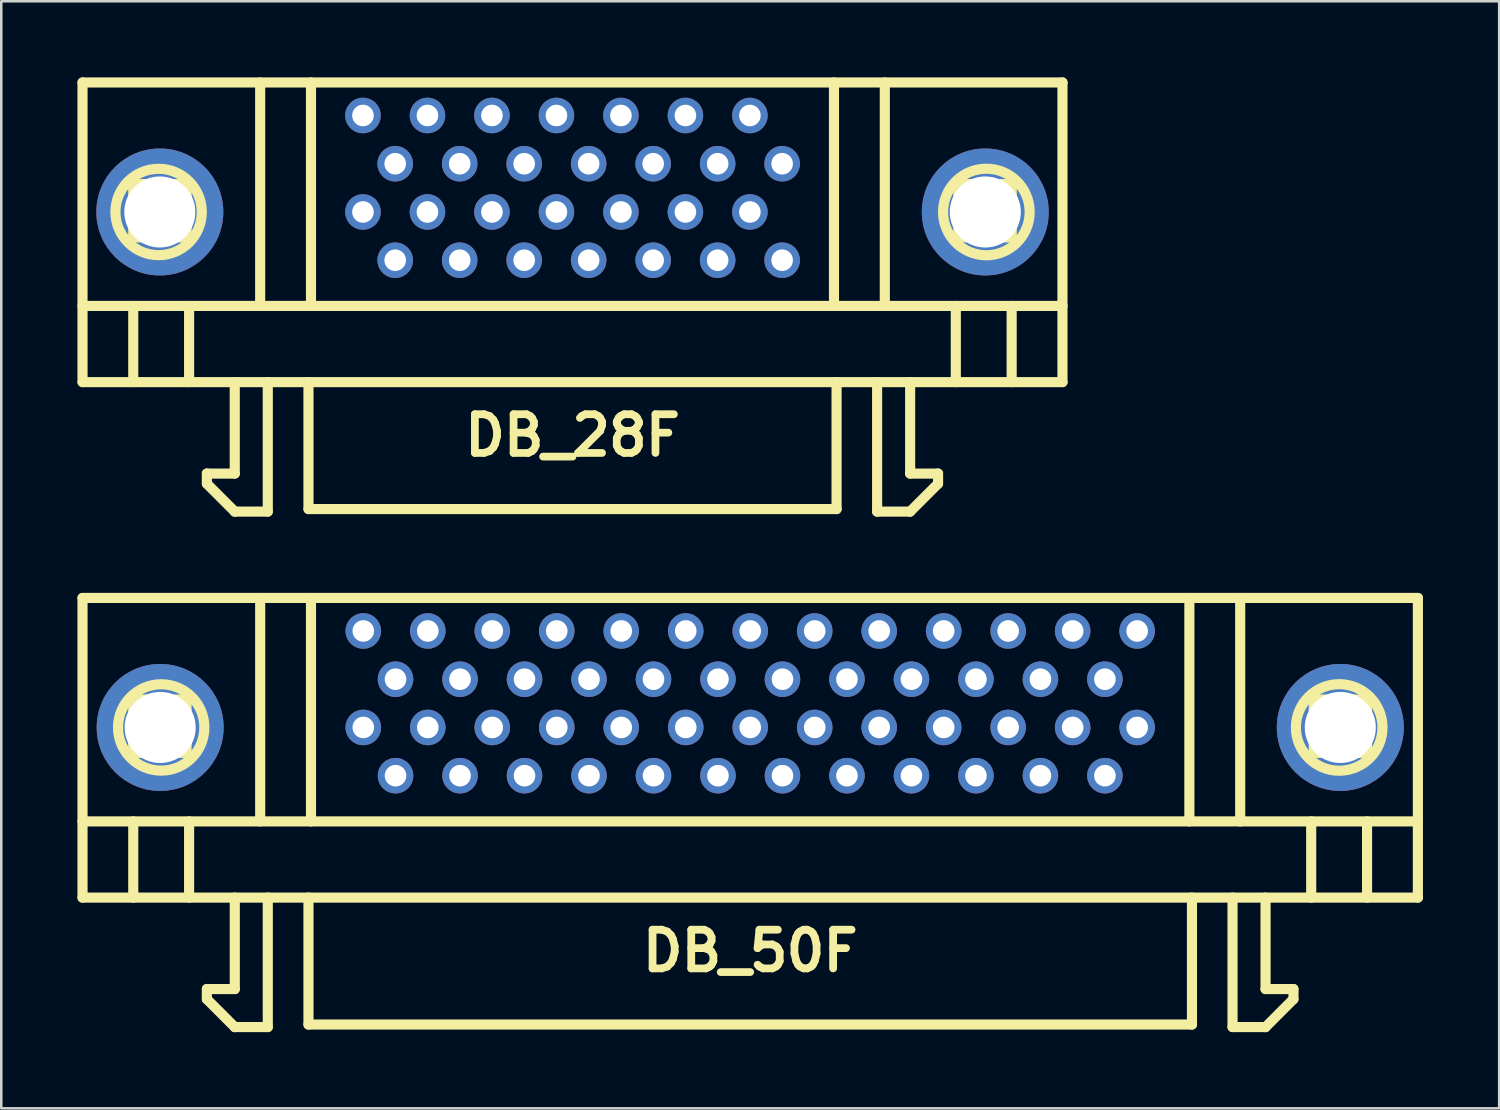
<source format=kicad_pcb>
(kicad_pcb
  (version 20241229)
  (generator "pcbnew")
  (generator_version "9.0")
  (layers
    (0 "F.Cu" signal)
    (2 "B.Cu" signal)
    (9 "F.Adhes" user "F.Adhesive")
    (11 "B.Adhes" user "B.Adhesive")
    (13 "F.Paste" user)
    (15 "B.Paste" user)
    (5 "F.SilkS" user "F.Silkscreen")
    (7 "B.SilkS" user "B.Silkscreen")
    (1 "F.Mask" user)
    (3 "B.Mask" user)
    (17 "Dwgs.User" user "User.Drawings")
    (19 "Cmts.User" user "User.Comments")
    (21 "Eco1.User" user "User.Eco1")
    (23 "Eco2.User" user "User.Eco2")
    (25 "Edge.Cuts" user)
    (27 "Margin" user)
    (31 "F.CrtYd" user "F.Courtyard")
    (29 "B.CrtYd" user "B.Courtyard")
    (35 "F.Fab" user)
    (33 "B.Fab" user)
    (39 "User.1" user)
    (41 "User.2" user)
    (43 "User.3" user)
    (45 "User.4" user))
  (footprint "DB_28F"
    (layer "F.Cu")
    (at 19.501 10.9)
    (property "Reference" "DB_28F" (at 0 3.2 0) (layer "F.SilkS") (effects (font (size 1.524 1.524) (thickness 0.305))))
    (attr through_hole)
    (fp_line (start -19.301 -10.701) (end -19.301 1.1) (stroke (width 0.399) (type solid)) (layer "F.SilkS"))
    (fp_line (start -19.299 -1.9) (end 19.299 -1.9) (stroke (width 0.399) (type solid)) (layer "F.SilkS"))
    (fp_line (start -19.299 1.1) (end 19.299 1.1) (stroke (width 0.399) (type solid)) (layer "F.SilkS"))
    (fp_line (start -17.302 -6.701) (end -15.202 -6.701) (stroke (width 0.399) (type solid)) (layer "F.SilkS"))
    (fp_line (start -17.302 -4.6) (end -17.302 -6.701) (stroke (width 0.399) (type solid)) (layer "F.SilkS"))
    (fp_line (start -17.302 -1.9) (end -17.302 1.1) (stroke (width 0.399) (type solid)) (layer "F.SilkS"))
    (fp_line (start -15.202 -6.701) (end -15.202 -4.6) (stroke (width 0.399) (type solid)) (layer "F.SilkS"))
    (fp_line (start -15.202 -4.6) (end -17.302 -4.6) (stroke (width 0.399) (type solid)) (layer "F.SilkS"))
    (fp_line (start -15.103 1.1) (end -15.103 -1.9) (stroke (width 0.399) (type solid)) (layer "F.SilkS"))
    (fp_line (start -14.404 4.699) (end -14.404 5.1) (stroke (width 0.399) (type solid)) (layer "F.SilkS"))
    (fp_line (start -14.402 4.704) (end -13.302 4.704) (stroke (width 0.399) (type solid)) (layer "F.SilkS"))
    (fp_line (start -13.305 4.699) (end -13.305 1.1) (stroke (width 0.399) (type solid)) (layer "F.SilkS"))
    (fp_line (start -13.305 6.2) (end -12.004 6.2) (stroke (width 0.399) (type solid)) (layer "F.SilkS"))
    (fp_line (start -13.302 6.203) (end -14.402 5.103) (stroke (width 0.399) (type solid)) (layer "F.SilkS"))
    (fp_line (start -12.304 -1.9) (end -12.304 -10.701) (stroke (width 0.399) (type solid)) (layer "F.SilkS"))
    (fp_line (start -12.004 6.2) (end -12.004 1.1) (stroke (width 0.399) (type solid)) (layer "F.SilkS"))
    (fp_line (start -10.401 6.101) (end -10.401 1.1) (stroke (width 0.399) (type solid)) (layer "F.SilkS"))
    (fp_line (start -10.302 -10.701) (end -10.302 -1.9) (stroke (width 0.399) (type solid)) (layer "F.SilkS"))
    (fp_line (start 10.297 -10.701) (end 10.297 -1.9) (stroke (width 0.399) (type solid)) (layer "F.SilkS"))
    (fp_line (start 10.399 6.101) (end -10.399 6.101) (stroke (width 0.399) (type solid)) (layer "F.SilkS"))
    (fp_line (start 10.399 6.101) (end 10.399 1.1) (stroke (width 0.399) (type solid)) (layer "F.SilkS"))
    (fp_line (start 11.996 6.2) (end 11.996 1.1) (stroke (width 0.399) (type solid)) (layer "F.SilkS"))
    (fp_line (start 12.299 -1.9) (end 12.299 -10.701) (stroke (width 0.399) (type solid)) (layer "F.SilkS"))
    (fp_line (start 13.294 6.203) (end 14.394 5.103) (stroke (width 0.399) (type solid)) (layer "F.SilkS"))
    (fp_line (start 13.297 4.699) (end 13.297 1.1) (stroke (width 0.399) (type solid)) (layer "F.SilkS"))
    (fp_line (start 13.297 6.2) (end 11.996 6.2) (stroke (width 0.399) (type solid)) (layer "F.SilkS"))
    (fp_line (start 14.394 4.704) (end 13.294 4.704) (stroke (width 0.399) (type solid)) (layer "F.SilkS"))
    (fp_line (start 14.397 4.699) (end 14.397 5.1) (stroke (width 0.399) (type solid)) (layer "F.SilkS"))
    (fp_line (start 15.095 -1.9) (end 15.095 1.1) (stroke (width 0.399) (type solid)) (layer "F.SilkS"))
    (fp_line (start 15.197 -6.701) (end 15.197 -4.6) (stroke (width 0.399) (type solid)) (layer "F.SilkS"))
    (fp_line (start 15.197 -4.6) (end 17.297 -4.6) (stroke (width 0.399) (type solid)) (layer "F.SilkS"))
    (fp_line (start 17.295 -1.9) (end 17.295 1.1) (stroke (width 0.399) (type solid)) (layer "F.SilkS"))
    (fp_line (start 17.297 -6.701) (end 15.197 -6.701) (stroke (width 0.399) (type solid)) (layer "F.SilkS"))
    (fp_line (start 17.297 -4.6) (end 17.297 -6.701) (stroke (width 0.399) (type solid)) (layer "F.SilkS"))
    (fp_line (start 19.296 1.1) (end 19.296 -10.701) (stroke (width 0.399) (type solid)) (layer "F.SilkS"))
    (fp_line (start 19.299 -10.701) (end -19.299 -10.701) (stroke (width 0.399) (type solid)) (layer "F.SilkS"))
    (fp_circle (center -16.304 -5.601) (end -17.805 -6.401) (stroke (width 0.399) (type solid)) (fill no) (layer "F.SilkS"))
    (fp_circle (center 16.299 -5.601) (end 18.001 -5.499) (stroke (width 0.399) (type solid)) (fill no) (layer "F.SilkS"))
    (pad "" thru_hole circle (at -16.256 -5.601) (size 5.001 5.001) (drill 2.799) (layers "*.Cu" "*.Mask"))
    (pad "" thru_hole circle (at 16.256 -5.601) (size 5.001 5.001) (drill 2.799) (layers "*.Cu" "*.Mask"))
    (pad "1" thru_hole circle (at 8.255 -7.501) (size 1.4 1.4) (drill 0.851) (layers "*.Cu" "*.Mask"))
    (pad "2" thru_hole circle (at 6.985 -9.401) (size 1.4 1.4) (drill 0.851) (layers "*.Cu" "*.Mask"))
    (pad "3" thru_hole circle (at 5.715 -7.501) (size 1.4 1.4) (drill 0.851) (layers "*.Cu" "*.Mask"))
    (pad "4" thru_hole circle (at 4.445 -9.401) (size 1.4 1.4) (drill 0.851) (layers "*.Cu" "*.Mask"))
    (pad "5" thru_hole circle (at 3.175 -7.501) (size 1.4 1.4) (drill 0.851) (layers "*.Cu" "*.Mask"))
    (pad "6" thru_hole circle (at 1.905 -9.401) (size 1.4 1.4) (drill 0.851) (layers "*.Cu" "*.Mask"))
    (pad "7" thru_hole circle (at 0.635 -7.501) (size 1.4 1.4) (drill 0.851) (layers "*.Cu" "*.Mask"))
    (pad "8" thru_hole circle (at -0.635 -9.401) (size 1.4 1.4) (drill 0.851) (layers "*.Cu" "*.Mask"))
    (pad "9" thru_hole circle (at -1.905 -7.501) (size 1.4 1.4) (drill 0.851) (layers "*.Cu" "*.Mask"))
    (pad "10" thru_hole circle (at -3.175 -9.401) (size 1.4 1.4) (drill 0.851) (layers "*.Cu" "*.Mask"))
    (pad "11" thru_hole circle (at -4.445 -7.501) (size 1.4 1.4) (drill 0.851) (layers "*.Cu" "*.Mask"))
    (pad "12" thru_hole circle (at -5.715 -9.401) (size 1.4 1.4) (drill 0.851) (layers "*.Cu" "*.Mask"))
    (pad "13" thru_hole circle (at -6.985 -7.501) (size 1.4 1.4) (drill 0.851) (layers "*.Cu" "*.Mask"))
    (pad "14" thru_hole circle (at -8.255 -9.401) (size 1.4 1.4) (drill 0.851) (layers "*.Cu" "*.Mask"))
    (pad "15" thru_hole circle (at 8.255 -3.701) (size 1.4 1.4) (drill 0.851) (layers "*.Cu" "*.Mask"))
    (pad "16" thru_hole circle (at 6.985 -5.601) (size 1.4 1.4) (drill 0.851) (layers "*.Cu" "*.Mask"))
    (pad "17" thru_hole circle (at 5.715 -3.701) (size 1.4 1.4) (drill 0.851) (layers "*.Cu" "*.Mask"))
    (pad "18" thru_hole circle (at 4.445 -5.601) (size 1.4 1.4) (drill 0.851) (layers "*.Cu" "*.Mask"))
    (pad "19" thru_hole circle (at 3.175 -3.701) (size 1.4 1.4) (drill 0.851) (layers "*.Cu" "*.Mask"))
    (pad "20" thru_hole circle (at 1.905 -5.601) (size 1.4 1.4) (drill 0.851) (layers "*.Cu" "*.Mask"))
    (pad "21" thru_hole circle (at 0.635 -3.701) (size 1.4 1.4) (drill 0.851) (layers "*.Cu" "*.Mask"))
    (pad "22" thru_hole circle (at -0.635 -5.601) (size 1.4 1.4) (drill 0.851) (layers "*.Cu" "*.Mask"))
    (pad "23" thru_hole circle (at -1.905 -3.701) (size 1.4 1.4) (drill 0.851) (layers "*.Cu" "*.Mask"))
    (pad "24" thru_hole circle (at -3.175 -5.601) (size 1.4 1.4) (drill 0.851) (layers "*.Cu" "*.Mask"))
    (pad "25" thru_hole circle (at -4.445 -3.701) (size 1.4 1.4) (drill 0.851) (layers "*.Cu" "*.Mask"))
    (pad "26" thru_hole circle (at -5.715 -5.601) (size 1.4 1.4) (drill 0.851) (layers "*.Cu" "*.Mask"))
    (pad "27" thru_hole circle (at -6.985 -3.701) (size 1.4 1.4) (drill 0.851) (layers "*.Cu" "*.Mask"))
    (pad "28" thru_hole circle (at -8.255 -5.601) (size 1.4 1.4) (drill 0.851) (layers "*.Cu" "*.Mask")))
  (footprint "DB_50F"
    (layer "F.Cu")
    (at 26.499 31.203)
    (property "Reference" "DB_50F" (at 0 3.2 0) (layer "F.SilkS") (effects (font (size 1.524 1.524) (thickness 0.305))))
    (attr through_hole)
    (fp_line (start -26.299 -10.701) (end -26.299 1.1) (stroke (width 0.399) (type solid)) (layer "F.SilkS"))
    (fp_line (start -26.299 -1.9) (end 26.299 -1.9) (stroke (width 0.399) (type solid)) (layer "F.SilkS"))
    (fp_line (start -24.3 -6.701) (end -22.2 -6.701) (stroke (width 0.399) (type solid)) (layer "F.SilkS"))
    (fp_line (start -24.3 -4.6) (end -24.3 -6.701) (stroke (width 0.399) (type solid)) (layer "F.SilkS"))
    (fp_line (start -24.3 -1.9) (end -24.3 1.1) (stroke (width 0.399) (type solid)) (layer "F.SilkS"))
    (fp_line (start -22.2 -6.701) (end -22.2 -4.6) (stroke (width 0.399) (type solid)) (layer "F.SilkS"))
    (fp_line (start -22.2 -4.6) (end -24.3 -4.6) (stroke (width 0.399) (type solid)) (layer "F.SilkS"))
    (fp_line (start -22.101 1.1) (end -22.101 -1.9) (stroke (width 0.399) (type solid)) (layer "F.SilkS"))
    (fp_line (start -21.402 4.699) (end -21.402 5.1) (stroke (width 0.399) (type solid)) (layer "F.SilkS"))
    (fp_line (start -21.399 4.704) (end -20.3 4.704) (stroke (width 0.399) (type solid)) (layer "F.SilkS"))
    (fp_line (start -20.302 4.699) (end -20.302 1.1) (stroke (width 0.399) (type solid)) (layer "F.SilkS"))
    (fp_line (start -20.302 6.2) (end -19.002 6.2) (stroke (width 0.399) (type solid)) (layer "F.SilkS"))
    (fp_line (start -20.3 6.203) (end -21.399 5.103) (stroke (width 0.399) (type solid)) (layer "F.SilkS"))
    (fp_line (start -19.301 -1.9) (end -19.301 -10.701) (stroke (width 0.399) (type solid)) (layer "F.SilkS"))
    (fp_line (start -19.002 6.2) (end -19.002 1.1) (stroke (width 0.399) (type solid)) (layer "F.SilkS"))
    (fp_line (start -17.399 6.101) (end -17.399 1.1) (stroke (width 0.399) (type solid)) (layer "F.SilkS"))
    (fp_line (start -17.399 6.101) (end 17.399 6.101) (stroke (width 0.399) (type solid)) (layer "F.SilkS"))
    (fp_line (start -17.3 -10.701) (end -17.3 -1.9) (stroke (width 0.399) (type solid)) (layer "F.SilkS"))
    (fp_line (start 17.297 -10.701) (end 17.297 -1.9) (stroke (width 0.399) (type solid)) (layer "F.SilkS"))
    (fp_line (start 17.399 6.101) (end 17.399 1.1) (stroke (width 0.399) (type solid)) (layer "F.SilkS"))
    (fp_line (start 18.997 6.2) (end 18.997 1.1) (stroke (width 0.399) (type solid)) (layer "F.SilkS"))
    (fp_line (start 19.299 -1.9) (end 19.299 -10.701) (stroke (width 0.399) (type solid)) (layer "F.SilkS"))
    (fp_line (start 20.295 6.203) (end 21.394 5.103) (stroke (width 0.399) (type solid)) (layer "F.SilkS"))
    (fp_line (start 20.297 4.699) (end 20.297 1.1) (stroke (width 0.399) (type solid)) (layer "F.SilkS"))
    (fp_line (start 20.297 6.2) (end 18.997 6.2) (stroke (width 0.399) (type solid)) (layer "F.SilkS"))
    (fp_line (start 21.394 4.704) (end 20.295 4.704) (stroke (width 0.399) (type solid)) (layer "F.SilkS"))
    (fp_line (start 21.397 4.699) (end 21.397 5.1) (stroke (width 0.399) (type solid)) (layer "F.SilkS"))
    (fp_line (start 22.095 -1.9) (end 22.095 1.1) (stroke (width 0.399) (type solid)) (layer "F.SilkS"))
    (fp_line (start 22.197 -6.701) (end 22.197 -4.6) (stroke (width 0.399) (type solid)) (layer "F.SilkS"))
    (fp_line (start 22.197 -4.6) (end 24.298 -4.6) (stroke (width 0.399) (type solid)) (layer "F.SilkS"))
    (fp_line (start 24.295 -1.9) (end 24.295 1.1) (stroke (width 0.399) (type solid)) (layer "F.SilkS"))
    (fp_line (start 24.298 -6.701) (end 22.197 -6.701) (stroke (width 0.399) (type solid)) (layer "F.SilkS"))
    (fp_line (start 24.298 -4.6) (end 24.298 -6.701) (stroke (width 0.399) (type solid)) (layer "F.SilkS"))
    (fp_line (start 26.297 1.1) (end 26.297 -10.701) (stroke (width 0.399) (type solid)) (layer "F.SilkS"))
    (fp_line (start 26.299 -10.701) (end -26.299 -10.701) (stroke (width 0.399) (type solid)) (layer "F.SilkS"))
    (fp_line (start 26.299 1.1) (end -26.299 1.1) (stroke (width 0.399) (type solid)) (layer "F.SilkS"))
    (fp_circle (center -23.2 -5.601) (end -24.701 -6.401) (stroke (width 0.399) (type solid)) (fill no) (layer "F.SilkS"))
    (fp_circle (center 23.198 -5.601) (end 24.9 -5.499) (stroke (width 0.399) (type solid)) (fill no) (layer "F.SilkS"))
    (pad "" thru_hole circle (at -23.241 -5.601) (size 5.001 5.001) (drill 2.799) (layers "*.Cu" "*.Mask"))
    (pad "" thru_hole circle (at 23.241 -5.601) (size 5.001 5.001) (drill 2.799) (layers "*.Cu" "*.Mask"))
    (pad "1" thru_hole circle (at 15.24 -9.401) (size 1.4 1.4) (drill 0.851) (layers "*.Cu" "*.Mask"))
    (pad "2" thru_hole circle (at 13.97 -7.501) (size 1.4 1.4) (drill 0.851) (layers "*.Cu" "*.Mask"))
    (pad "3" thru_hole circle (at 12.7 -9.401) (size 1.4 1.4) (drill 0.851) (layers "*.Cu" "*.Mask"))
    (pad "4" thru_hole circle (at 11.43 -7.501) (size 1.4 1.4) (drill 0.851) (layers "*.Cu" "*.Mask"))
    (pad "5" thru_hole circle (at 10.16 -9.401) (size 1.4 1.4) (drill 0.851) (layers "*.Cu" "*.Mask"))
    (pad "6" thru_hole circle (at 8.89 -7.501) (size 1.4 1.4) (drill 0.851) (layers "*.Cu" "*.Mask"))
    (pad "7" thru_hole circle (at 7.62 -9.401) (size 1.4 1.4) (drill 0.851) (layers "*.Cu" "*.Mask"))
    (pad "8" thru_hole circle (at 6.35 -7.501) (size 1.4 1.4) (drill 0.851) (layers "*.Cu" "*.Mask"))
    (pad "9" thru_hole circle (at 5.08 -9.401) (size 1.4 1.4) (drill 0.851) (layers "*.Cu" "*.Mask"))
    (pad "10" thru_hole circle (at 3.81 -7.501) (size 1.4 1.4) (drill 0.851) (layers "*.Cu" "*.Mask"))
    (pad "11" thru_hole circle (at 2.54 -9.401) (size 1.4 1.4) (drill 0.851) (layers "*.Cu" "*.Mask"))
    (pad "12" thru_hole circle (at 1.27 -7.501) (size 1.4 1.4) (drill 0.851) (layers "*.Cu" "*.Mask"))
    (pad "13" thru_hole circle (at 0 -9.401) (size 1.4 1.4) (drill 0.851) (layers "*.Cu" "*.Mask"))
    (pad "14" thru_hole circle (at -1.27 -7.501) (size 1.4 1.4) (drill 0.851) (layers "*.Cu" "*.Mask"))
    (pad "15" thru_hole circle (at -2.54 -9.401) (size 1.4 1.4) (drill 0.851) (layers "*.Cu" "*.Mask"))
    (pad "16" thru_hole circle (at -3.81 -7.501) (size 1.4 1.4) (drill 0.851) (layers "*.Cu" "*.Mask"))
    (pad "17" thru_hole circle (at -5.08 -9.401) (size 1.4 1.4) (drill 0.851) (layers "*.Cu" "*.Mask"))
    (pad "18" thru_hole circle (at -6.35 -7.501) (size 1.4 1.4) (drill 0.851) (layers "*.Cu" "*.Mask"))
    (pad "19" thru_hole circle (at -7.62 -9.401) (size 1.4 1.4) (drill 0.851) (layers "*.Cu" "*.Mask"))
    (pad "20" thru_hole circle (at -8.89 -7.501) (size 1.4 1.4) (drill 0.851) (layers "*.Cu" "*.Mask"))
    (pad "21" thru_hole circle (at -10.16 -9.401) (size 1.4 1.4) (drill 0.851) (layers "*.Cu" "*.Mask"))
    (pad "22" thru_hole circle (at -11.43 -7.501) (size 1.4 1.4) (drill 0.851) (layers "*.Cu" "*.Mask"))
    (pad "23" thru_hole circle (at -12.7 -9.401) (size 1.4 1.4) (drill 0.851) (layers "*.Cu" "*.Mask"))
    (pad "24" thru_hole circle (at -13.97 -7.501) (size 1.4 1.4) (drill 0.851) (layers "*.Cu" "*.Mask"))
    (pad "25" thru_hole circle (at -15.24 -9.401) (size 1.4 1.4) (drill 0.851) (layers "*.Cu" "*.Mask"))
    (pad "26" thru_hole circle (at 15.24 -5.601) (size 1.4 1.4) (drill 0.851) (layers "*.Cu" "*.Mask"))
    (pad "27" thru_hole circle (at 13.97 -3.701) (size 1.4 1.4) (drill 0.851) (layers "*.Cu" "*.Mask"))
    (pad "28" thru_hole circle (at 12.7 -5.601) (size 1.4 1.4) (drill 0.851) (layers "*.Cu" "*.Mask"))
    (pad "29" thru_hole circle (at 11.43 -3.701) (size 1.4 1.4) (drill 0.851) (layers "*.Cu" "*.Mask"))
    (pad "30" thru_hole circle (at 10.16 -5.601) (size 1.4 1.4) (drill 0.851) (layers "*.Cu" "*.Mask"))
    (pad "31" thru_hole circle (at 8.89 -3.701) (size 1.4 1.4) (drill 0.851) (layers "*.Cu" "*.Mask"))
    (pad "32" thru_hole circle (at 7.62 -5.601) (size 1.4 1.4) (drill 0.851) (layers "*.Cu" "*.Mask"))
    (pad "33" thru_hole circle (at 6.35 -3.701) (size 1.4 1.4) (drill 0.851) (layers "*.Cu" "*.Mask"))
    (pad "34" thru_hole circle (at 5.08 -5.601) (size 1.4 1.4) (drill 0.851) (layers "*.Cu" "*.Mask"))
    (pad "35" thru_hole circle (at 3.81 -3.701) (size 1.4 1.4) (drill 0.851) (layers "*.Cu" "*.Mask"))
    (pad "36" thru_hole circle (at 2.54 -5.601) (size 1.4 1.4) (drill 0.851) (layers "*.Cu" "*.Mask"))
    (pad "37" thru_hole circle (at 1.27 -3.701) (size 1.4 1.4) (drill 0.851) (layers "*.Cu" "*.Mask"))
    (pad "38" thru_hole circle (at 0 -5.601) (size 1.4 1.4) (drill 0.851) (layers "*.Cu" "*.Mask"))
    (pad "39" thru_hole circle (at -1.27 -3.701) (size 1.4 1.4) (drill 0.851) (layers "*.Cu" "*.Mask"))
    (pad "40" thru_hole circle (at -2.54 -5.601) (size 1.4 1.4) (drill 0.851) (layers "*.Cu" "*.Mask"))
    (pad "41" thru_hole circle (at -3.81 -3.701) (size 1.4 1.4) (drill 0.851) (layers "*.Cu" "*.Mask"))
    (pad "42" thru_hole circle (at -5.08 -5.601) (size 1.4 1.4) (drill 0.851) (layers "*.Cu" "*.Mask"))
    (pad "43" thru_hole circle (at -6.35 -3.701) (size 1.4 1.4) (drill 0.851) (layers "*.Cu" "*.Mask"))
    (pad "44" thru_hole circle (at -7.62 -5.601) (size 1.4 1.4) (drill 0.851) (layers "*.Cu" "*.Mask"))
    (pad "45" thru_hole circle (at -8.89 -3.701) (size 1.4 1.4) (drill 0.851) (layers "*.Cu" "*.Mask"))
    (pad "46" thru_hole circle (at -10.16 -5.601) (size 1.4 1.4) (drill 0.851) (layers "*.Cu" "*.Mask"))
    (pad "47" thru_hole circle (at -11.43 -3.701) (size 1.4 1.4) (drill 0.851) (layers "*.Cu" "*.Mask"))
    (pad "48" thru_hole circle (at -12.7 -5.601) (size 1.4 1.4) (drill 0.851) (layers "*.Cu" "*.Mask"))
    (pad "49" thru_hole circle (at -13.97 -3.701) (size 1.4 1.4) (drill 0.851) (layers "*.Cu" "*.Mask"))
    (pad "50" thru_hole circle (at -15.24 -5.601) (size 1.4 1.4) (drill 0.851) (layers "*.Cu" "*.Mask")))
  (gr_rect
    (start -3 -3)
    (end 55.997 40.605)
    (stroke (width 0.1) (type default))
    (fill no)
    (layer "Edge.Cuts")))
</source>
